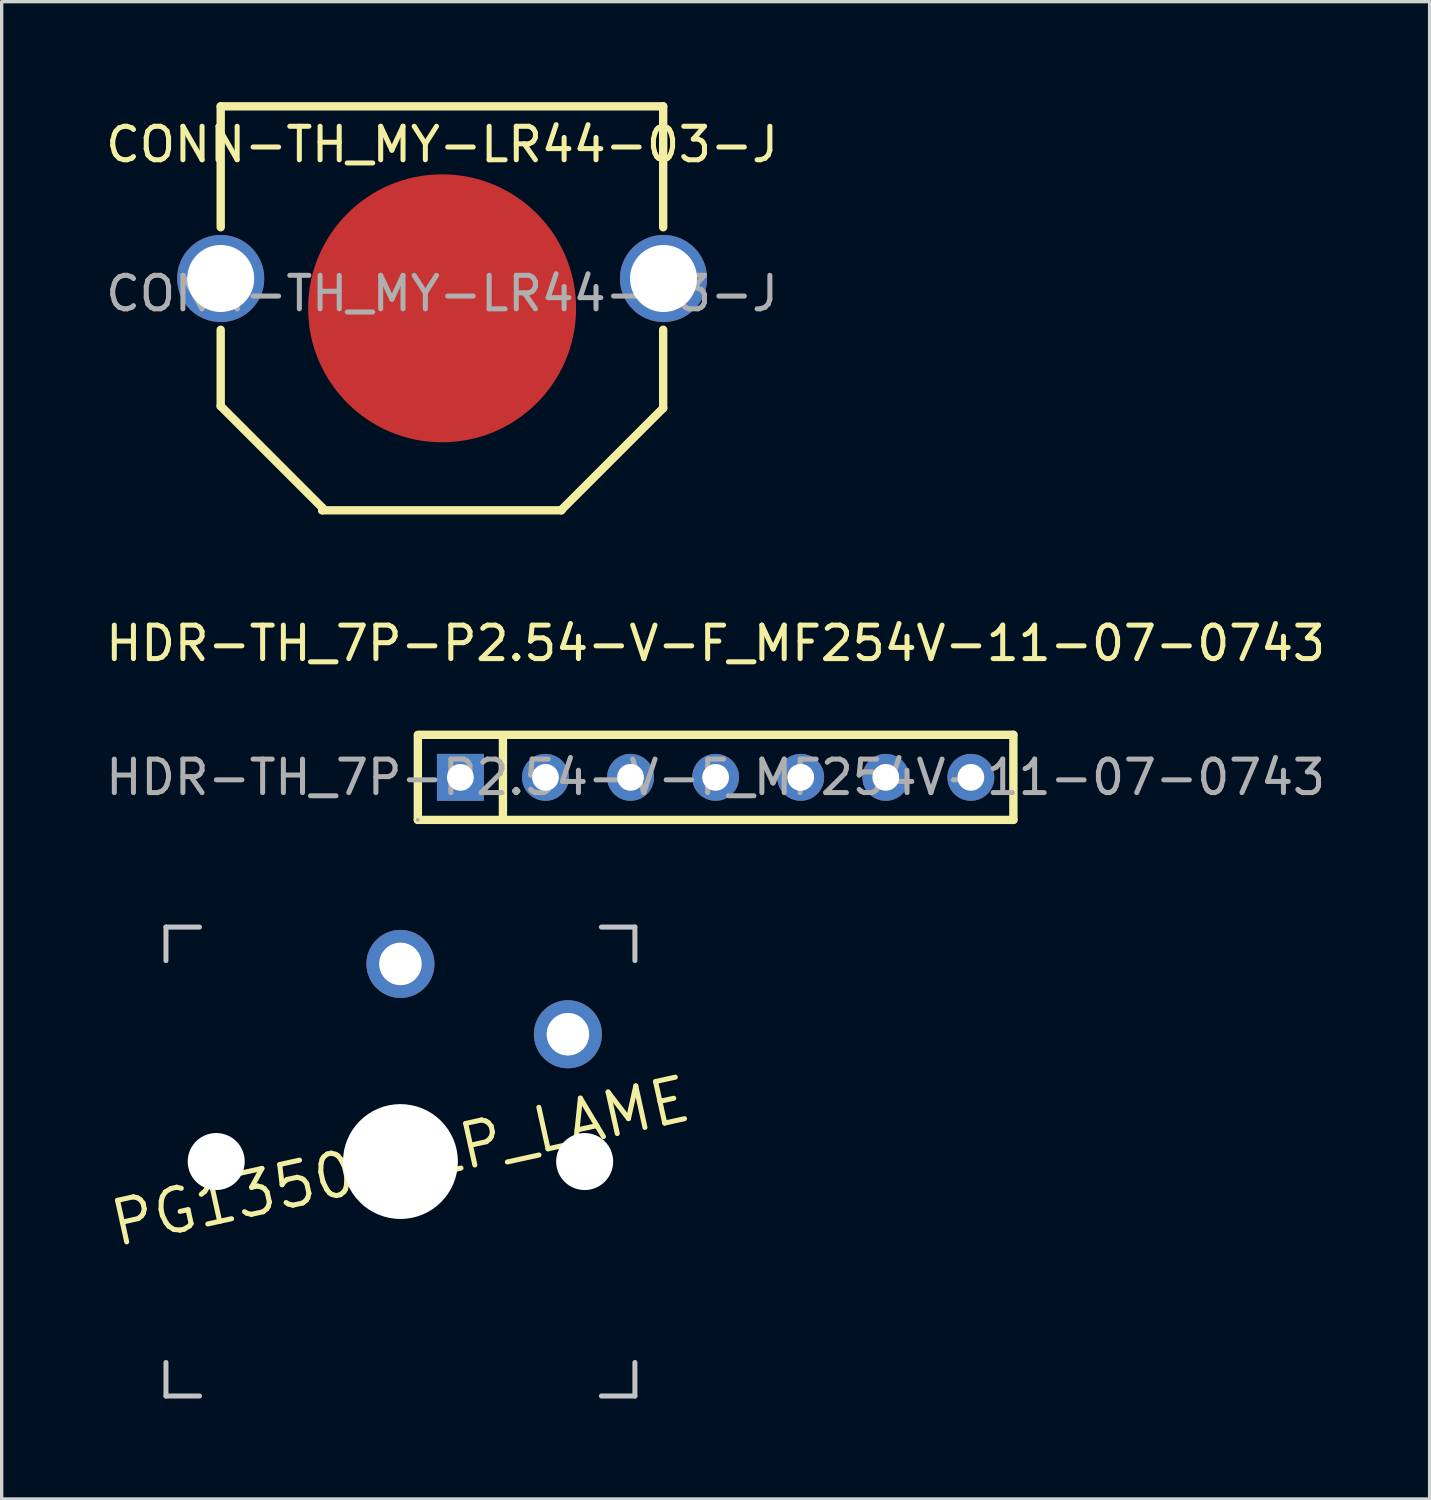
<source format=kicad_pcb>
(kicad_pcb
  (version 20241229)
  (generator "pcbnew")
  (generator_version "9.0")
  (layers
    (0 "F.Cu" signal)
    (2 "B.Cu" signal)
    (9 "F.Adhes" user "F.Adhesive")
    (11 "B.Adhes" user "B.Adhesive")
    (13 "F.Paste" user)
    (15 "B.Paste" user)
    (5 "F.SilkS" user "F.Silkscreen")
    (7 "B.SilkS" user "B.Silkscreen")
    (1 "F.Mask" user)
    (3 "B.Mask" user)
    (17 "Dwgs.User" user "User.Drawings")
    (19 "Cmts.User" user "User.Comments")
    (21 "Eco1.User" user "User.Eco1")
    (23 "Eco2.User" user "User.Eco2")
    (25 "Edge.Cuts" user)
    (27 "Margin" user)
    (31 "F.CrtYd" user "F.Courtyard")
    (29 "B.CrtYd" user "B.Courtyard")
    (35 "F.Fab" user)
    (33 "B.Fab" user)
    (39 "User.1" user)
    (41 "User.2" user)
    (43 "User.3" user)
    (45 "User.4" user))
  (footprint "PG1350_KLP_LAME"
    (layer "F.Cu")
    (at 8.905 31.628)
    (property "Reference" "PG1350_KLP_LAME" (at 0 0 12.451) (layer "F.SilkS") (effects (font (size 1.27 1.27) (thickness 0.15))))
    (attr through_hole exclude_from_pos_files exclude_from_bom)
    (fp_line (start -7 -6) (end -7 -7) (stroke (width 0.15) (type solid)) (layer "Dwgs.User"))
    (fp_line (start -7 7) (end -7 6) (stroke (width 0.15) (type solid)) (layer "Dwgs.User"))
    (fp_line (start -7 7) (end -6 7) (stroke (width 0.15) (type solid)) (layer "Dwgs.User"))
    (fp_line (start -6 -7) (end -7 -7) (stroke (width 0.15) (type solid)) (layer "Dwgs.User"))
    (fp_line (start 6 7) (end 7 7) (stroke (width 0.15) (type solid)) (layer "Dwgs.User"))
    (fp_line (start 7 -7) (end 6 -7) (stroke (width 0.15) (type solid)) (layer "Dwgs.User"))
    (fp_line (start 7 -7) (end 7 -6) (stroke (width 0.15) (type solid)) (layer "Dwgs.User"))
    (fp_line (start 7 6) (end 7 7) (stroke (width 0.15) (type solid)) (layer "Dwgs.User"))
    (pad "" np_thru_hole circle (at -5.5 0 12.451) (size 1.702 1.702) (drill 1.702) (layers "*.Cu" "*.Mask"))
    (pad "" np_thru_hole circle (at 0 0 12.451) (size 3.429 3.429) (drill 3.429) (layers "*.Cu" "*.Mask"))
    (pad "" np_thru_hole circle (at 5.5 0 12.451) (size 1.702 1.702) (drill 1.702) (layers "*.Cu" "*.Mask"))
    (pad "1" thru_hole circle (at 5 -3.8 12.451) (size 2.032 2.032) (drill 1.27) (layers "*.Cu" "*.Mask"))
    (pad "2" thru_hole circle (at 0 -5.9 12.451) (size 2.032 2.032) (drill 1.27) (layers "*.Cu" "*.Mask")))
  (footprint "HDR-TH_7P-P2.54-V-F_MF254V-11-07-0743"
    (layer "F.Cu")
    (at 18.315 20.158)
    (property "Reference" "HDR-TH_7P-P2.54-V-F_MF254V-11-07-0743" (at 0 -4 0) (layer "F.SilkS") (effects (font (size 1 1) (thickness 0.15))))
    (attr through_hole)
    (fp_line (start -8.89 -1.27) (end 8.89 -1.27) (stroke (width 0.25) (type solid)) (layer "F.SilkS"))
    (fp_line (start -8.89 1.27) (end -8.89 -1.22) (stroke (width 0.25) (type solid)) (layer "F.SilkS"))
    (fp_line (start -6.35 -1.15) (end -6.35 1.14) (stroke (width 0.25) (type solid)) (layer "F.SilkS"))
    (fp_line (start 8.89 -1.27) (end 8.89 1.27) (stroke (width 0.25) (type solid)) (layer "F.SilkS"))
    (fp_line (start 8.89 1.27) (end -8.89 1.27) (stroke (width 0.25) (type solid)) (layer "F.SilkS"))
    (fp_circle (center -8.89 1.27) (end -8.86 1.27) (stroke (width 0.06) (type solid)) (fill no) (layer "F.Fab"))
    (fp_circle (center -7.62 0) (end -7.5 0) (stroke (width 0.25) (type solid)) (fill no) (layer "F.Fab"))
    (fp_circle (center -5.08 0) (end -4.96 0) (stroke (width 0.25) (type solid)) (fill no) (layer "F.Fab"))
    (fp_circle (center -2.54 0) (end -2.42 0) (stroke (width 0.25) (type solid)) (fill no) (layer "F.Fab"))
    (fp_circle (center 0 0) (end 0.12 0) (stroke (width 0.25) (type solid)) (fill no) (layer "F.Fab"))
    (fp_circle (center 2.54 0) (end 2.66 0) (stroke (width 0.25) (type solid)) (fill no) (layer "F.Fab"))
    (fp_circle (center 5.08 0) (end 5.2 0) (stroke (width 0.25) (type solid)) (fill no) (layer "F.Fab"))
    (fp_circle (center 7.62 0) (end 7.74 0) (stroke (width 0.25) (type solid)) (fill no) (layer "F.Fab"))
    (fp_text user "${REFERENCE}" (at 0 0 0) (layer "F.Fab") (effects (font (size 1 1) (thickness 0.15))))
    (pad "1" thru_hole rect (at -7.62 0) (size 1.4 1.4) (drill 0.8) (layers "*.Cu" "*.Mask"))
    (pad "2" thru_hole circle (at -5.08 0) (size 1.4 1.4) (drill 0.8) (layers "*.Cu" "*.Mask"))
    (pad "3" thru_hole circle (at -2.54 0) (size 1.4 1.4) (drill 0.8) (layers "*.Cu" "*.Mask"))
    (pad "4" thru_hole circle (at 0 0) (size 1.4 1.4) (drill 0.8) (layers "*.Cu" "*.Mask"))
    (pad "5" thru_hole circle (at 2.54 0) (size 1.4 1.4) (drill 0.8) (layers "*.Cu" "*.Mask"))
    (pad "6" thru_hole circle (at 5.08 0) (size 1.4 1.4) (drill 0.8) (layers "*.Cu" "*.Mask"))
    (pad "7" thru_hole circle (at 7.62 0) (size 1.4 1.4) (drill 0.8) (layers "*.Cu" "*.Mask")))
  (footprint "CONN-TH_MY-LR44-03-J"
    (layer "F.Cu")
    (at 10.149 5.715)
    (property "Reference" "CONN-TH_MY-LR44-03-J" (at 0 -4.45 0) (layer "F.SilkS") (effects (font (size 1 1) (thickness 0.15))))
    (attr through_hole)
    (fp_line (start -6.61 -5.59) (end -6.61 -1.98) (stroke (width 0.25) (type solid)) (layer "F.SilkS"))
    (fp_line (start -6.61 -5.59) (end 6.6 -5.59) (stroke (width 0.25) (type solid)) (layer "F.SilkS"))
    (fp_line (start -6.61 1.08) (end -6.61 3.36) (stroke (width 0.25) (type solid)) (layer "F.SilkS"))
    (fp_line (start -3.58 6.39) (end -6.61 3.36) (stroke (width 0.25) (type solid)) (layer "F.SilkS"))
    (fp_line (start -3.58 6.47) (end -3.58 6.39) (stroke (width 0.25) (type solid)) (layer "F.SilkS"))
    (fp_line (start -3.58 6.47) (end 3.56 6.47) (stroke (width 0.25) (type solid)) (layer "F.SilkS"))
    (fp_line (start 3.56 6.46) (end 6.6 3.42) (stroke (width 0.25) (type solid)) (layer "F.SilkS"))
    (fp_line (start 3.56 6.47) (end 3.56 6.46) (stroke (width 0.25) (type solid)) (layer "F.SilkS"))
    (fp_line (start 6.6 -5.59) (end 6.6 -1.98) (stroke (width 0.25) (type solid)) (layer "F.SilkS"))
    (fp_line (start 6.6 1.08) (end 6.6 3.42) (stroke (width 0.25) (type solid)) (layer "F.SilkS"))
    (fp_text user "${REFERENCE}" (at 0 0 0) (layer "F.Fab") (effects (font (size 1 1) (thickness 0.15))))
    (pad "1" thru_hole circle (at -6.61 -0.45) (size 2.6 2.6) (drill 2) (layers "*.Cu" "*.Mask"))
    (pad "1" thru_hole circle (at 6.61 -0.45) (size 2.6 2.6) (drill 2) (layers "*.Cu" "*.Mask"))
    (pad "2" smd circle (at 0 0.44) (size 8 8) (layers "F.Cu" "F.Mask" "F.Paste")))
  (gr_rect
    (start -3 -3)
    (end 39.631 41.703)
    (stroke (width 0.1) (type default))
    (fill no)
    (layer "Edge.Cuts")))
</source>
